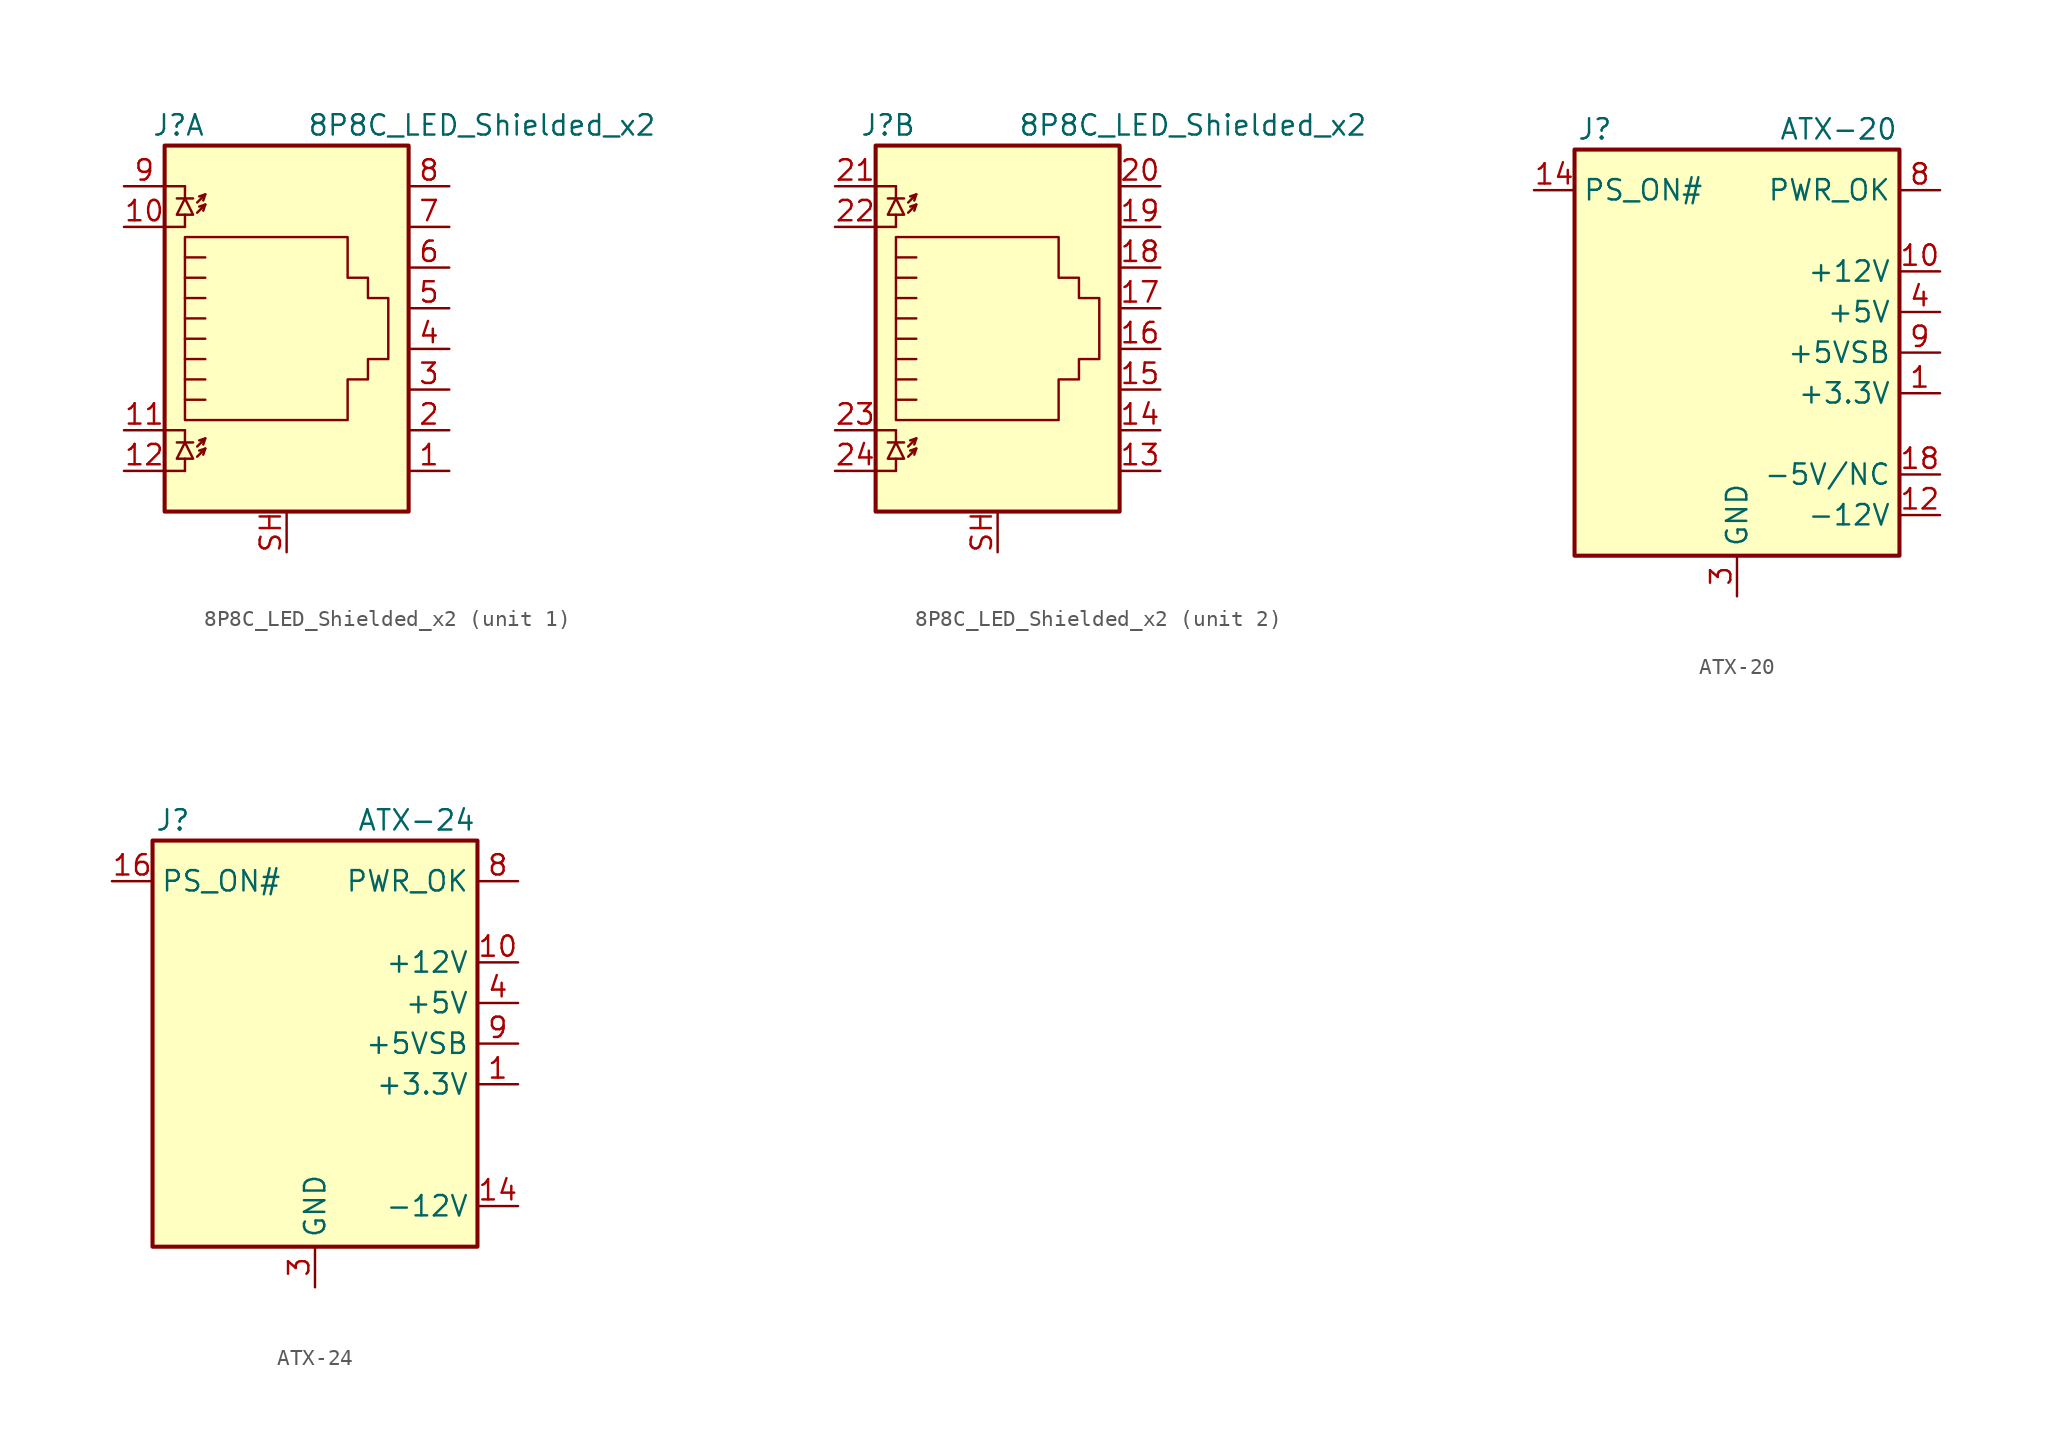
<source format=kicad_sym>
(kicad_symbol_lib
  (version 20201005)
  (generator kicad_symbol_editor)
  (symbol "8P8C_LED_Shielded_x2"
    (property "Reference" "J"
      (at -5.08 13.97 0)
      (effects (font (size 1.27 1.27)) (justify right)))
    (property "Value" "8P8C_LED_Shielded_x2"
      (at 1.27 13.97 0)
      (effects (font (size 1.27 1.27)) (justify left)))
    (symbol "8P8C_LED_Shielded_x2_0_1"
      (rectangle (start 7.62 12.7) (end -7.62 -10.16) (stroke (width 0.254)) (fill (type background)))
      (polyline (pts (xy -7.62 -7.62) (xy -6.35 -7.62)) (stroke (width 0)) (fill (type none)))
      (polyline (pts (xy -7.62 -5.08) (xy -6.35 -5.08)) (stroke (width 0)) (fill (type none)))
      (polyline (pts (xy -7.62 7.62) (xy -6.35 7.62)) (stroke (width 0)) (fill (type none)))
      (polyline (pts (xy -7.62 10.16) (xy -6.35 10.16)) (stroke (width 0)) (fill (type none)))
      (polyline (pts (xy -6.858 -5.842) (xy -5.842 -5.842)) (stroke (width 0)) (fill (type none)))
      (polyline (pts (xy -6.858 9.398) (xy -5.842 9.398)) (stroke (width 0)) (fill (type none)))
      (polyline (pts (xy -6.35 -7.62) (xy -6.35 -6.858)) (stroke (width 0)) (fill (type none)))
      (polyline (pts (xy -6.35 -5.08) (xy -6.35 -5.842)) (stroke (width 0)) (fill (type none)))
      (polyline (pts (xy -6.35 7.62) (xy -6.35 8.382)) (stroke (width 0)) (fill (type none)))
      (polyline (pts (xy -6.35 10.16) (xy -6.35 9.398)) (stroke (width 0)) (fill (type none)))
      (polyline (pts (xy -5.08 -6.223) (xy -5.207 -6.604)) (stroke (width 0)) (fill (type none)))
      (polyline (pts (xy -5.08 -5.588) (xy -5.207 -5.969)) (stroke (width 0)) (fill (type none)))
      (polyline (pts (xy -5.08 4.445) (xy -6.35 4.445)) (stroke (width 0)) (fill (type none)))
      (polyline (pts (xy -5.08 5.715) (xy -6.35 5.715)) (stroke (width 0)) (fill (type none)))
      (polyline (pts (xy -5.08 9.017) (xy -5.207 8.636)) (stroke (width 0)) (fill (type none)))
      (polyline (pts (xy -5.08 9.652) (xy -5.207 9.271)) (stroke (width 0)) (fill (type none)))
      (polyline (pts (xy -6.35 -3.175) (xy -5.08 -3.175) (xy -5.08 -3.175)) (stroke (width 0)) (fill (type none)))
      (polyline (pts (xy -6.35 -1.905) (xy -5.08 -1.905) (xy -5.08 -1.905)) (stroke (width 0)) (fill (type none)))
      (polyline (pts (xy -6.35 -0.635) (xy -5.08 -0.635) (xy -5.08 -0.635)) (stroke (width 0)) (fill (type none)))
      (polyline (pts (xy -6.35 0.635) (xy -5.08 0.635) (xy -5.08 0.635)) (stroke (width 0)) (fill (type none)))
      (polyline (pts (xy -6.35 1.905) (xy -5.08 1.905) (xy -5.08 1.905)) (stroke (width 0)) (fill (type none)))
      (polyline (pts (xy -5.588 -6.731) (xy -5.08 -6.223) (xy -5.461 -6.35)) (stroke (width 0)) (fill (type none)))
      (polyline (pts (xy -5.588 -6.096) (xy -5.08 -5.588) (xy -5.461 -5.715)) (stroke (width 0)) (fill (type none)))
      (polyline (pts (xy -5.588 8.509) (xy -5.08 9.017) (xy -5.461 8.89)) (stroke (width 0)) (fill (type none)))
      (polyline (pts (xy -5.588 9.144) (xy -5.08 9.652) (xy -5.461 9.525)) (stroke (width 0)) (fill (type none)))
      (polyline (pts (xy -5.08 3.175) (xy -6.35 3.175) (xy -6.35 3.175)) (stroke (width 0)) (fill (type none)))
      (polyline (pts (xy -6.35 -5.842) (xy -6.858 -6.858) (xy -5.842 -6.858) (xy -6.35 -5.842)) (stroke (width 0)) (fill (type none)))
      (polyline (pts (xy -6.35 9.398) (xy -6.858 8.382) (xy -5.842 8.382) (xy -6.35 9.398)) (stroke (width 0)) (fill (type none)))
      (polyline (pts (xy -6.35 -4.445) (xy -6.35 6.985) (xy 3.81 6.985) (xy 3.81 4.445) (xy 5.08 4.445) (xy 5.08 3.175) (xy 6.35 3.175) (xy 6.35 -0.635) (xy 5.08 -0.635) (xy 5.08 -1.905) (xy 3.81 -1.905) (xy 3.81 -4.445) (xy -6.35 -4.445) (xy -6.35 -4.445)) (stroke (width 0)) (fill (type none))))
    (symbol "8P8C_LED_Shielded_x2_1_1"
      (pin passive line (at 10.16 -7.62 180) (length 2.54) (name "~" (effects (font (size 1.27 1.27)))) (number "1" (effects (font (size 1.27 1.27)))))
      (pin passive line (at -10.16 7.62 0) (length 2.54) (name "~" (effects (font (size 1.27 1.27)))) (number "10" (effects (font (size 1.27 1.27)))))
      (pin passive line (at -10.16 -5.08 0) (length 2.54) (name "~" (effects (font (size 1.27 1.27)))) (number "11" (effects (font (size 1.27 1.27)))))
      (pin passive line (at -10.16 -7.62 0) (length 2.54) (name "~" (effects (font (size 1.27 1.27)))) (number "12" (effects (font (size 1.27 1.27)))))
      (pin passive line (at 10.16 -5.08 180) (length 2.54) (name "~" (effects (font (size 1.27 1.27)))) (number "2" (effects (font (size 1.27 1.27)))))
      (pin passive line (at 10.16 -2.54 180) (length 2.54) (name "~" (effects (font (size 1.27 1.27)))) (number "3" (effects (font (size 1.27 1.27)))))
      (pin passive line (at 10.16 0 180) (length 2.54) (name "~" (effects (font (size 1.27 1.27)))) (number "4" (effects (font (size 1.27 1.27)))))
      (pin passive line (at 10.16 2.54 180) (length 2.54) (name "~" (effects (font (size 1.27 1.27)))) (number "5" (effects (font (size 1.27 1.27)))))
      (pin passive line (at 10.16 5.08 180) (length 2.54) (name "~" (effects (font (size 1.27 1.27)))) (number "6" (effects (font (size 1.27 1.27)))))
      (pin passive line (at 10.16 7.62 180) (length 2.54) (name "~" (effects (font (size 1.27 1.27)))) (number "7" (effects (font (size 1.27 1.27)))))
      (pin passive line (at 10.16 10.16 180) (length 2.54) (name "~" (effects (font (size 1.27 1.27)))) (number "8" (effects (font (size 1.27 1.27)))))
      (pin passive line (at -10.16 10.16 0) (length 2.54) (name "~" (effects (font (size 1.27 1.27)))) (number "9" (effects (font (size 1.27 1.27)))))
      (pin passive line (at 0 -12.7 90) (length 2.54) (name "~" (effects (font (size 1.27 1.27)))) (number "SH" (effects (font (size 1.27 1.27))))))
    (symbol "8P8C_LED_Shielded_x2_2_1"
      (pin passive line (at 10.16 -7.62 180) (length 2.54) (name "~" (effects (font (size 1.27 1.27)))) (number "13" (effects (font (size 1.27 1.27)))))
      (pin passive line (at 10.16 -5.08 180) (length 2.54) (name "~" (effects (font (size 1.27 1.27)))) (number "14" (effects (font (size 1.27 1.27)))))
      (pin passive line (at 10.16 -2.54 180) (length 2.54) (name "~" (effects (font (size 1.27 1.27)))) (number "15" (effects (font (size 1.27 1.27)))))
      (pin passive line (at 10.16 0 180) (length 2.54) (name "~" (effects (font (size 1.27 1.27)))) (number "16" (effects (font (size 1.27 1.27)))))
      (pin passive line (at 10.16 2.54 180) (length 2.54) (name "~" (effects (font (size 1.27 1.27)))) (number "17" (effects (font (size 1.27 1.27)))))
      (pin passive line (at 10.16 5.08 180) (length 2.54) (name "~" (effects (font (size 1.27 1.27)))) (number "18" (effects (font (size 1.27 1.27)))))
      (pin passive line (at 10.16 7.62 180) (length 2.54) (name "~" (effects (font (size 1.27 1.27)))) (number "19" (effects (font (size 1.27 1.27)))))
      (pin passive line (at 10.16 10.16 180) (length 2.54) (name "~" (effects (font (size 1.27 1.27)))) (number "20" (effects (font (size 1.27 1.27)))))
      (pin passive line (at -10.16 10.16 0) (length 2.54) (name "~" (effects (font (size 1.27 1.27)))) (number "21" (effects (font (size 1.27 1.27)))))
      (pin passive line (at -10.16 7.62 0) (length 2.54) (name "~" (effects (font (size 1.27 1.27)))) (number "22" (effects (font (size 1.27 1.27)))))
      (pin passive line (at -10.16 -5.08 0) (length 2.54) (name "~" (effects (font (size 1.27 1.27)))) (number "23" (effects (font (size 1.27 1.27)))))
      (pin passive line (at -10.16 -7.62 0) (length 2.54) (name "~" (effects (font (size 1.27 1.27)))) (number "24" (effects (font (size 1.27 1.27)))))
      (pin passive line (at 0 -12.7 90) (length 2.54) (name "~" (effects (font (size 1.27 1.27)))) (number "SH" (effects (font (size 1.27 1.27)))))))
  (symbol "ATX-20"
    (property "Reference" "J"
      (at -8.89 13.97 0)
      (effects (font (size 1.27 1.27))))
    (property "Value" "ATX-20"
      (at 6.35 13.97 0)
      (effects (font (size 1.27 1.27))))
    (symbol "ATX-20_0_1"
      (rectangle (start -10.16 12.7) (end 10.16 -12.7) (stroke (width 0.254)) (fill (type background))))
    (symbol "ATX-20_1_1"
      (pin power_out line (at 12.7 -2.54 180) (length 2.54) (name "+3.3V" (effects (font (size 1.27 1.27)))) (number "1" (effects (font (size 1.27 1.27)))))
      (pin power_out line (at 12.7 5.08 180) (length 2.54) (name "+12V" (effects (font (size 1.27 1.27)))) (number "10" (effects (font (size 1.27 1.27)))))
      (pin passive line (at 12.7 -2.54 180) (length 2.54) hide (name "+3.3V" (effects (font (size 1.27 1.27)))) (number "11" (effects (font (size 1.27 1.27)))))
      (pin power_out line (at 12.7 -10.16 180) (length 2.54) (name "-12V" (effects (font (size 1.27 1.27)))) (number "12" (effects (font (size 1.27 1.27)))))
      (pin passive line (at 0 -15.24 90) (length 2.54) hide (name "GND" (effects (font (size 1.27 1.27)))) (number "13" (effects (font (size 1.27 1.27)))))
      (pin open_collector line (at -12.7 10.16 0) (length 2.54) (name "PS_ON#" (effects (font (size 1.27 1.27)))) (number "14" (effects (font (size 1.27 1.27)))))
      (pin passive line (at 0 -15.24 90) (length 2.54) hide (name "GND" (effects (font (size 1.27 1.27)))) (number "15" (effects (font (size 1.27 1.27)))))
      (pin passive line (at 0 -15.24 90) (length 2.54) hide (name "GND" (effects (font (size 1.27 1.27)))) (number "16" (effects (font (size 1.27 1.27)))))
      (pin passive line (at 0 -15.24 90) (length 2.54) hide (name "GND" (effects (font (size 1.27 1.27)))) (number "17" (effects (font (size 1.27 1.27)))))
      (pin power_out line (at 12.7 -7.62 180) (length 2.54) (name "-5V/NC" (effects (font (size 1.27 1.27)))) (number "18" (effects (font (size 1.27 1.27)))))
      (pin passive line (at 12.7 2.54 180) (length 2.54) hide (name "+5V" (effects (font (size 1.27 1.27)))) (number "19" (effects (font (size 1.27 1.27)))))
      (pin passive line (at 12.7 -2.54 180) (length 2.54) hide (name "+3.3V" (effects (font (size 1.27 1.27)))) (number "2" (effects (font (size 1.27 1.27)))))
      (pin passive line (at 12.7 2.54 180) (length 2.54) hide (name "+5V" (effects (font (size 1.27 1.27)))) (number "20" (effects (font (size 1.27 1.27)))))
      (pin power_out line (at 0 -15.24 90) (length 2.54) (name "GND" (effects (font (size 1.27 1.27)))) (number "3" (effects (font (size 1.27 1.27)))))
      (pin power_out line (at 12.7 2.54 180) (length 2.54) (name "+5V" (effects (font (size 1.27 1.27)))) (number "4" (effects (font (size 1.27 1.27)))))
      (pin passive line (at 0 -15.24 90) (length 2.54) hide (name "GND" (effects (font (size 1.27 1.27)))) (number "5" (effects (font (size 1.27 1.27)))))
      (pin passive line (at 12.7 2.54 180) (length 2.54) hide (name "+5V" (effects (font (size 1.27 1.27)))) (number "6" (effects (font (size 1.27 1.27)))))
      (pin passive line (at 0 -15.24 90) (length 2.54) hide (name "GND" (effects (font (size 1.27 1.27)))) (number "7" (effects (font (size 1.27 1.27)))))
      (pin output line (at 12.7 10.16 180) (length 2.54) (name "PWR_OK" (effects (font (size 1.27 1.27)))) (number "8" (effects (font (size 1.27 1.27)))))
      (pin power_out line (at 12.7 0 180) (length 2.54) (name "+5VSB" (effects (font (size 1.27 1.27)))) (number "9" (effects (font (size 1.27 1.27)))))))
  (symbol "ATX-24"
    (property "Reference" "J"
      (at -8.89 13.97 0)
      (effects (font (size 1.27 1.27))))
    (property "Value" "ATX-24"
      (at 6.35 13.97 0)
      (effects (font (size 1.27 1.27))))
    (symbol "ATX-24_0_1"
      (rectangle (start -10.16 12.7) (end 10.16 -12.7) (stroke (width 0.254)) (fill (type background))))
    (symbol "ATX-24_1_1"
      (pin power_out line (at 12.7 -2.54 180) (length 2.54) (name "+3.3V" (effects (font (size 1.27 1.27)))) (number "1" (effects (font (size 1.27 1.27)))))
      (pin power_out line (at 12.7 5.08 180) (length 2.54) (name "+12V" (effects (font (size 1.27 1.27)))) (number "10" (effects (font (size 1.27 1.27)))))
      (pin passive line (at 12.7 5.08 180) (length 2.54) hide (name "+12V" (effects (font (size 1.27 1.27)))) (number "11" (effects (font (size 1.27 1.27)))))
      (pin passive line (at 12.7 -2.54 180) (length 2.54) hide (name "+3.3V" (effects (font (size 1.27 1.27)))) (number "12" (effects (font (size 1.27 1.27)))))
      (pin passive line (at 12.7 -2.54 180) (length 2.54) hide (name "+3.3V" (effects (font (size 1.27 1.27)))) (number "13" (effects (font (size 1.27 1.27)))))
      (pin power_out line (at 12.7 -10.16 180) (length 2.54) (name "-12V" (effects (font (size 1.27 1.27)))) (number "14" (effects (font (size 1.27 1.27)))))
      (pin passive line (at 0 -15.24 90) (length 2.54) hide (name "GND" (effects (font (size 1.27 1.27)))) (number "15" (effects (font (size 1.27 1.27)))))
      (pin open_collector line (at -12.7 10.16 0) (length 2.54) (name "PS_ON#" (effects (font (size 1.27 1.27)))) (number "16" (effects (font (size 1.27 1.27)))))
      (pin passive line (at 0 -15.24 90) (length 2.54) hide (name "GND" (effects (font (size 1.27 1.27)))) (number "17" (effects (font (size 1.27 1.27)))))
      (pin passive line (at 0 -15.24 90) (length 2.54) hide (name "GND" (effects (font (size 1.27 1.27)))) (number "18" (effects (font (size 1.27 1.27)))))
      (pin passive line (at 0 -15.24 90) (length 2.54) hide (name "GND" (effects (font (size 1.27 1.27)))) (number "19" (effects (font (size 1.27 1.27)))))
      (pin passive line (at 12.7 -2.54 180) (length 2.54) hide (name "+3.3V" (effects (font (size 1.27 1.27)))) (number "2" (effects (font (size 1.27 1.27)))))
      (pin unconnected line (at -10.16 0 0) (length 2.54) hide (name "NC" (effects (font (size 1.27 1.27)))) (number "20" (effects (font (size 1.27 1.27)))))
      (pin passive line (at 12.7 2.54 180) (length 2.54) hide (name "+5V" (effects (font (size 1.27 1.27)))) (number "21" (effects (font (size 1.27 1.27)))))
      (pin passive line (at 12.7 2.54 180) (length 2.54) hide (name "+5V" (effects (font (size 1.27 1.27)))) (number "22" (effects (font (size 1.27 1.27)))))
      (pin passive line (at 12.7 2.54 180) (length 2.54) hide (name "+5V" (effects (font (size 1.27 1.27)))) (number "23" (effects (font (size 1.27 1.27)))))
      (pin passive line (at 0 -15.24 90) (length 2.54) hide (name "GND" (effects (font (size 1.27 1.27)))) (number "24" (effects (font (size 1.27 1.27)))))
      (pin power_out line (at 0 -15.24 90) (length 2.54) (name "GND" (effects (font (size 1.27 1.27)))) (number "3" (effects (font (size 1.27 1.27)))))
      (pin power_out line (at 12.7 2.54 180) (length 2.54) (name "+5V" (effects (font (size 1.27 1.27)))) (number "4" (effects (font (size 1.27 1.27)))))
      (pin passive line (at 0 -15.24 90) (length 2.54) hide (name "GND" (effects (font (size 1.27 1.27)))) (number "5" (effects (font (size 1.27 1.27)))))
      (pin passive line (at 12.7 2.54 180) (length 2.54) hide (name "+5V" (effects (font (size 1.27 1.27)))) (number "6" (effects (font (size 1.27 1.27)))))
      (pin passive line (at 0 -15.24 90) (length 2.54) hide (name "GND" (effects (font (size 1.27 1.27)))) (number "7" (effects (font (size 1.27 1.27)))))
      (pin output line (at 12.7 10.16 180) (length 2.54) (name "PWR_OK" (effects (font (size 1.27 1.27)))) (number "8" (effects (font (size 1.27 1.27)))))
      (pin power_out line (at 12.7 0 180) (length 2.54) (name "+5VSB" (effects (font (size 1.27 1.27)))) (number "9" (effects (font (size 1.27 1.27))))))))
</source>
